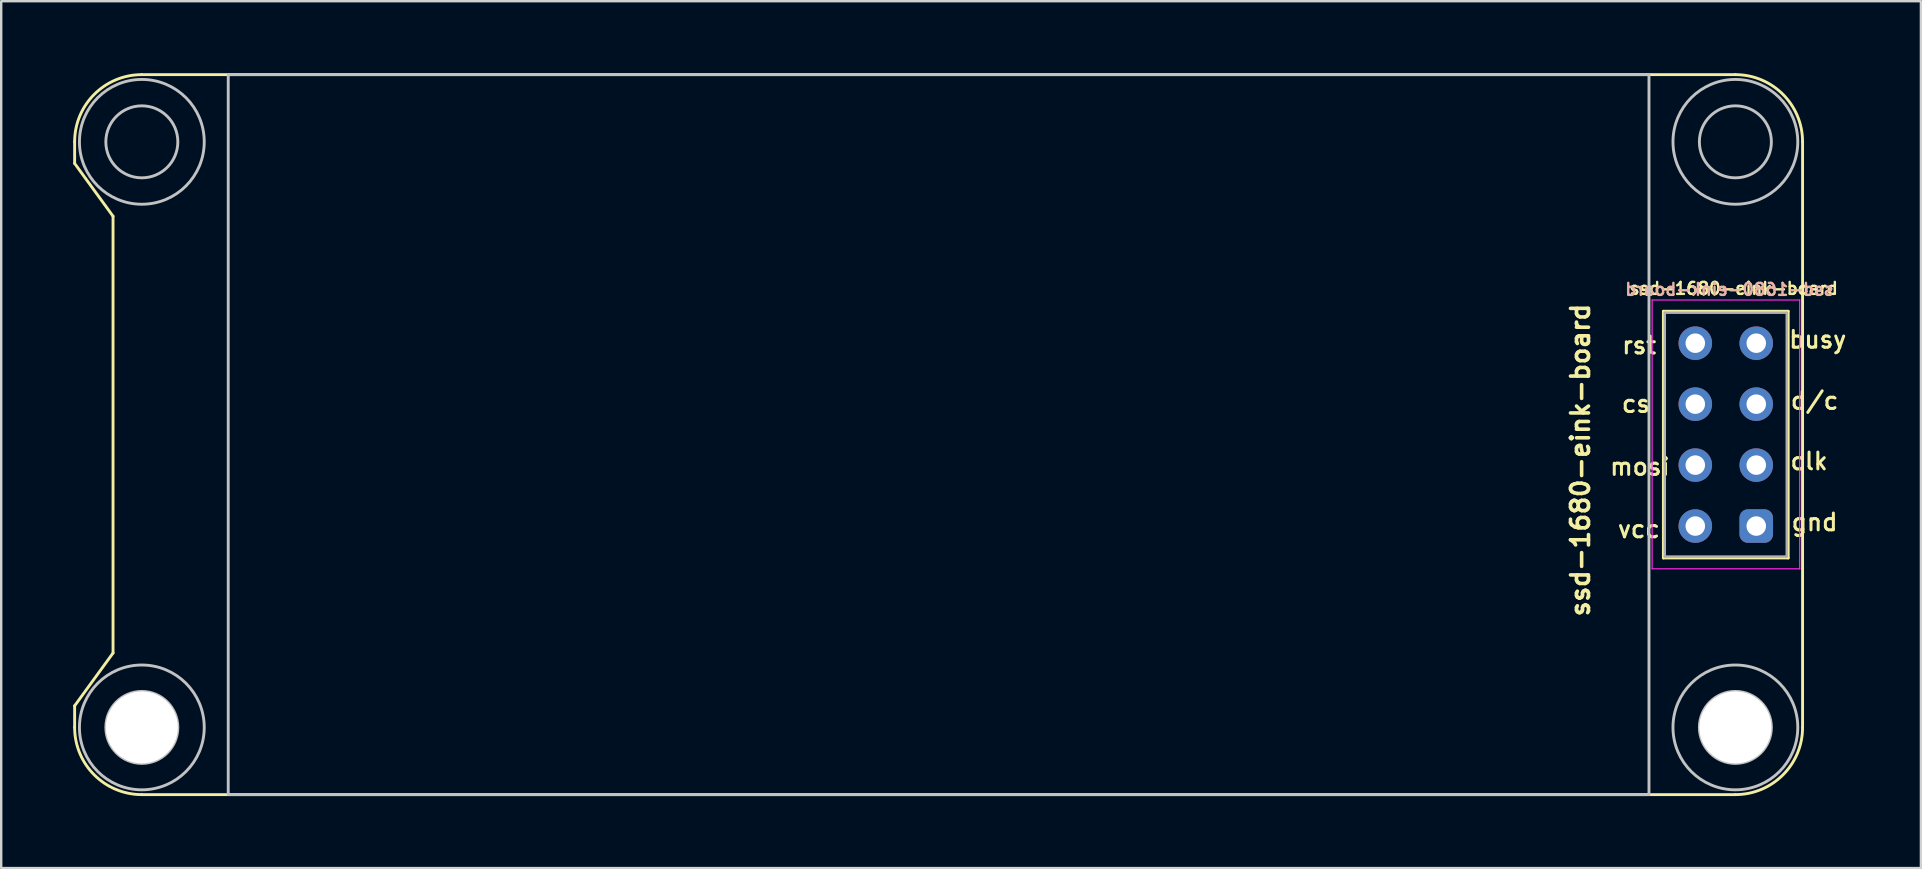
<source format=kicad_pcb>
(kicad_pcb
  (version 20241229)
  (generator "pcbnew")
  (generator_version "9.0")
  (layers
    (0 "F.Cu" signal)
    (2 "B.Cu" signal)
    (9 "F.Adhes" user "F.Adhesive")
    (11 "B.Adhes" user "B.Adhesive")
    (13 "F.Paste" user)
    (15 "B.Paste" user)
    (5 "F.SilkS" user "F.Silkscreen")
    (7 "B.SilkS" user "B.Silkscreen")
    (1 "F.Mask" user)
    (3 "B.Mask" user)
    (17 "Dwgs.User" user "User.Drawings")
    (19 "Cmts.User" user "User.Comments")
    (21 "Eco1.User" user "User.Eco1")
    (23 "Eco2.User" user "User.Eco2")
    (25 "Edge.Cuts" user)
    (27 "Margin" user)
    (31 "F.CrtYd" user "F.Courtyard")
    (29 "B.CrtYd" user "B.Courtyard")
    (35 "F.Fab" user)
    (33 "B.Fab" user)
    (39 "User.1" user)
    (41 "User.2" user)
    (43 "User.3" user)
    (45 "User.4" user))
  (footprint "ssd-1680-eink-board"
    (layer "F.Cu")
    (at 68.66 15.06)
    (property "Reference" "ssd-1680-eink-board" (at 0.53 -6.09 0) (layer "F.SilkS") (effects (font (size 0.5 0.5) (thickness 0.1))))
    (property "Value" "ssd-1680-eink-board" (at 0 6.14 0) (layer "F.Fab") (hide yes) (effects (font (size 1 1) (thickness 0.15))))
    (attr through_hole)
    (fp_line (start -68.6 -11.3) (end -68.6 -12.2) (stroke (width 0.12) (type solid)) (layer "F.SilkS"))
    (fp_line (start -68.6 -11.3) (end -67 -9.1) (stroke (width 0.12) (type solid)) (layer "F.SilkS"))
    (fp_line (start -68.6 11.3) (end -68.6 12.2) (stroke (width 0.12) (type solid)) (layer "F.SilkS"))
    (fp_line (start -68.6 11.3) (end -67 9.1) (stroke (width 0.12) (type solid)) (layer "F.SilkS"))
    (fp_line (start -67 9.1) (end -67 -9.1) (stroke (width 0.12) (type solid)) (layer "F.SilkS"))
    (fp_line (start -2.4 -5.14) (end -2.4 5.14) (stroke (width 0.12) (type solid)) (layer "F.SilkS"))
    (fp_line (start -2.4 -5.14) (end 2.8 -5.14) (stroke (width 0.12) (type solid)) (layer "F.SilkS"))
    (fp_line (start -2.4 5.14) (end 2.8 5.14) (stroke (width 0.12) (type solid)) (layer "F.SilkS"))
    (fp_line (start 0.6 -15) (end -65.8 -15) (stroke (width 0.12) (type solid)) (layer "F.SilkS"))
    (fp_line (start 0.6 15) (end -65.8 15) (stroke (width 0.12) (type solid)) (layer "F.SilkS"))
    (fp_line (start 2.8 -5.14) (end 2.8 5.14) (stroke (width 0.12) (type solid)) (layer "F.SilkS"))
    (fp_line (start 3.4 -12.2) (end 3.4 12.2) (stroke (width 0.12) (type solid)) (layer "F.SilkS"))
    (fp_arc (start -68.6 -12.2) (mid -67.779899 -14.179898) (end -65.8 -15) (stroke (width 0.12) (type solid)) (layer "F.SilkS"))
    (fp_arc (start -65.8 15) (mid -67.779898 14.179899) (end -68.6 12.2) (stroke (width 0.12) (type solid)) (layer "F.SilkS"))
    (fp_arc (start 0.6 -15) (mid 2.579898 -14.179899) (end 3.4 -12.2) (stroke (width 0.12) (type solid)) (layer "F.SilkS"))
    (fp_arc (start 3.4 12.2) (mid 2.579899 14.179898) (end 0.6 15) (stroke (width 0.12) (type solid)) (layer "F.SilkS"))
    (fp_rect (start -3 -15) (end -62.2 15) (stroke (width 0.12) (type solid)) (fill no) (layer "Dwgs.User"))
    (fp_circle (center -65.8 -12.2) (end -64.3 -12.2) (stroke (width 0.12) (type solid)) (fill no) (layer "Dwgs.User"))
    (fp_circle (center -65.8 -12.2) (end -63.2 -12.2) (stroke (width 0.12) (type solid)) (fill no) (layer "Dwgs.User"))
    (fp_circle (center -65.8 12.2) (end -64.3 12.2) (stroke (width 0.12) (type solid)) (fill no) (layer "Dwgs.User"))
    (fp_circle (center -65.8 12.2) (end -63.2 12.2) (stroke (width 0.12) (type solid)) (fill no) (layer "Dwgs.User"))
    (fp_circle (center 0.6 -12.2) (end 2.1 -12.2) (stroke (width 0.12) (type solid)) (fill no) (layer "Dwgs.User"))
    (fp_circle (center 0.6 -12.2) (end 3.2 -12.2) (stroke (width 0.12) (type solid)) (fill no) (layer "Dwgs.User"))
    (fp_circle (center 0.6 12.2) (end 2.1 12.2) (stroke (width 0.12) (type solid)) (fill no) (layer "Dwgs.User"))
    (fp_circle (center 0.6 12.2) (end 3.2 12.2) (stroke (width 0.12) (type solid)) (fill no) (layer "Dwgs.User"))
    (fp_line (start -2.87 -5.61) (end -2.87 5.59) (stroke (width 0.05) (type solid)) (layer "F.CrtYd"))
    (fp_line (start -2.87 5.59) (end 3.28 5.59) (stroke (width 0.05) (type solid)) (layer "F.CrtYd"))
    (fp_line (start 3.28 -5.61) (end -2.87 -5.61) (stroke (width 0.05) (type solid)) (layer "F.CrtYd"))
    (fp_line (start 3.28 5.59) (end 3.28 -5.61) (stroke (width 0.05) (type solid)) (layer "F.CrtYd"))
    (fp_line (start -2.34 -5.08) (end 2.74 -5.08) (stroke (width 0.1) (type solid)) (layer "F.Fab"))
    (fp_line (start -2.34 5.08) (end -2.34 -5.08) (stroke (width 0.1) (type solid)) (layer "F.Fab"))
    (fp_line (start 2.74 -5.08) (end 2.74 5.08) (stroke (width 0.1) (type solid)) (layer "F.Fab"))
    (fp_line (start 2.74 5.08) (end -2.34 5.08) (stroke (width 0.1) (type solid)) (layer "F.Fab"))
    (fp_text user "rst" (at -3.41 -3.72 0) (unlocked yes) (layer "F.SilkS") (effects (font (size 0.7 0.7) (thickness 0.125))))
    (fp_text user "busy" (at 4.03 -3.96 0) (unlocked yes) (layer "F.SilkS") (effects (font (size 0.7 0.7) (thickness 0.125))))
    (fp_text user "gnd" (at 3.9 3.65 0) (unlocked yes) (layer "F.SilkS") (effects (font (size 0.7 0.7) (thickness 0.125))))
    (fp_text user "mosi" (at -3.38 1.34 0) (unlocked yes) (layer "F.SilkS") (effects (font (size 0.7 0.7) (thickness 0.125))))
    (fp_text user "clk" (at 3.67 1.11 0) (unlocked yes) (layer "F.SilkS") (effects (font (size 0.7 0.7) (thickness 0.125))))
    (fp_text user "d/c" (at 3.9 -1.41 0) (unlocked yes) (layer "F.SilkS") (effects (font (size 0.7 0.7) (thickness 0.125))))
    (fp_text user "vcc" (at -3.42 3.94 0) (unlocked yes) (layer "F.SilkS") (effects (font (size 0.7 0.7) (thickness 0.125))))
    (fp_text user "${VALUE}" (at -5.86 1.06 270) (layer "F.SilkS") (effects (font (size 0.75 0.75) (thickness 0.15))))
    (fp_text user "cs" (at -3.54 -1.28 0) (unlocked yes) (layer "F.SilkS") (effects (font (size 0.7 0.7) (thickness 0.125))))
    (fp_text user "${REFERENCE}" (at 0.35 -6.05 0) (layer "B.SilkS") (effects (font (size 0.5 0.5) (thickness 0.1)) (justify mirror)))
    (pad "" np_thru_hole circle (at -65.8 12.2) (size 3 3) (drill 3) (layers "*.Cu" "*.Mask"))
    (pad "" np_thru_hole circle (at 0.6 12.2) (size 3 3) (drill 3) (layers "*.Cu" "*.Mask"))
    (pad "1" thru_hole circle (at 1.47 -3.81) (size 1.397 1.397) (drill 0.813) (layers "*.Cu" "*.Mask"))
    (pad "2" thru_hole circle (at -1.07 -3.81) (size 1.397 1.397) (drill 0.813) (layers "*.Cu" "*.Mask"))
    (pad "3" thru_hole circle (at 1.47 -1.27) (size 1.397 1.397) (drill 0.813) (layers "*.Cu" "*.Mask"))
    (pad "4" thru_hole circle (at -1.07 -1.27) (size 1.397 1.397) (drill 0.813) (layers "*.Cu" "*.Mask"))
    (pad "5" thru_hole circle (at 1.47 1.27) (size 1.397 1.397) (drill 0.813) (layers "*.Cu" "*.Mask"))
    (pad "6" thru_hole circle (at -1.07 1.27) (size 1.397 1.397) (drill 0.813) (layers "*.Cu" "*.Mask"))
    (pad "7" thru_hole roundrect (at 1.47 3.81) (size 1.397 1.397) (drill 0.813) (layers "*.Cu" "*.Mask") (roundrect_rratio 0.25))
    (pad "8" thru_hole circle (at -1.07 3.81) (size 1.397 1.397) (drill 0.813) (layers "*.Cu" "*.Mask")))
  (gr_rect
    (start -3 -3)
    (end 76.991 33.12)
    (stroke (width 0.1) (type default))
    (fill no)
    (layer "Edge.Cuts")))
</source>
